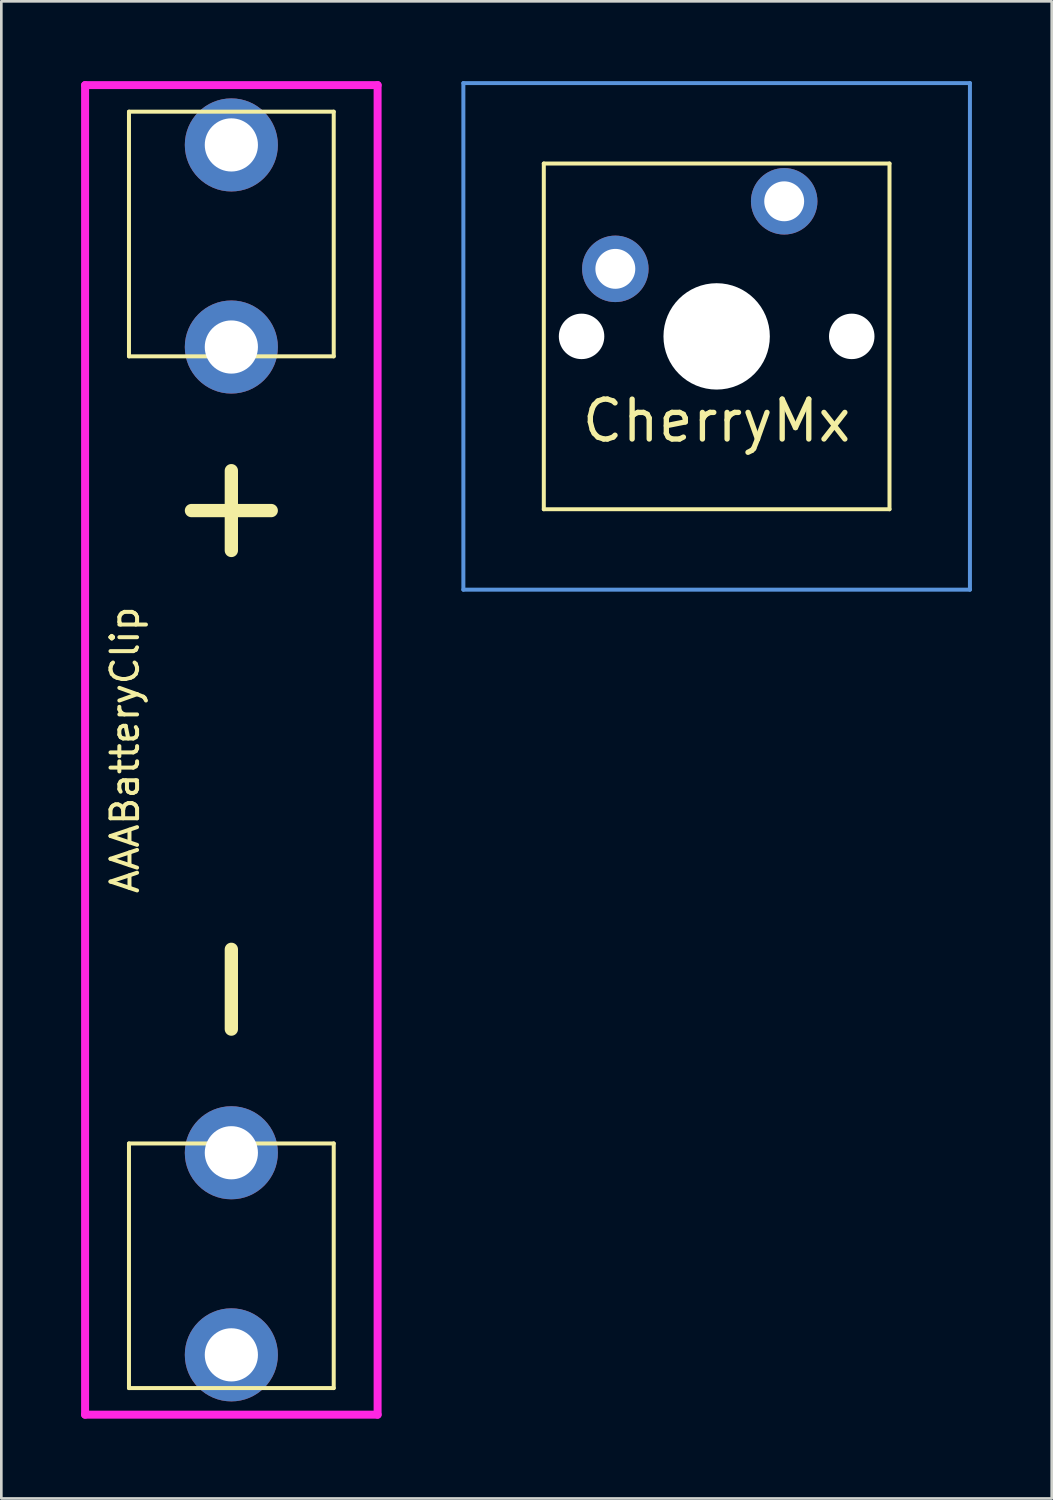
<source format=kicad_pcb>
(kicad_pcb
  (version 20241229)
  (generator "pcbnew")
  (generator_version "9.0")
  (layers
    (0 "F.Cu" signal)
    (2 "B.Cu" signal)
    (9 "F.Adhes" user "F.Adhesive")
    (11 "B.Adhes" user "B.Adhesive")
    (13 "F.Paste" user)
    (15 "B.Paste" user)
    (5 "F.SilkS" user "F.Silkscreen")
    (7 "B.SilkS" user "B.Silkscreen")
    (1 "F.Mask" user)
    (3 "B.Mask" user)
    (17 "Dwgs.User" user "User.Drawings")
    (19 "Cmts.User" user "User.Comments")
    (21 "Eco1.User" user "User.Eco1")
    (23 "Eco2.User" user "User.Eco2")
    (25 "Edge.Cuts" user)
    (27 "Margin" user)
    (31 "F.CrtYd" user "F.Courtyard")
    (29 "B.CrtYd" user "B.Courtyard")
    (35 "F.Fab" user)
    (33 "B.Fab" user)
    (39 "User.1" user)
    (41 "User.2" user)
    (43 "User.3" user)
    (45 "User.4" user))
  (footprint "CherryMx"
    (layer "F.Cu")
    (at 23.9 9.6)
    (property "Reference" "CherryMx" (at 0 3.175 0) (layer "F.SilkS") (effects (font (size 1.5 1.5) (thickness 0.2))))
    (attr through_hole)
    (fp_line (start -6.5 -6.5) (end 6.5 -6.5) (stroke (width 0.15) (type solid)) (layer "F.SilkS"))
    (fp_line (start -6.5 6.5) (end -6.5 -6.5) (stroke (width 0.15) (type solid)) (layer "F.SilkS"))
    (fp_line (start 6.5 -6.5) (end 6.5 6.5) (stroke (width 0.15) (type solid)) (layer "F.SilkS"))
    (fp_line (start 6.5 6.5) (end -6.5 6.5) (stroke (width 0.15) (type solid)) (layer "F.SilkS"))
    (fp_line (start -9.525 -9.525) (end 9.525 -9.525) (stroke (width 0.15) (type solid)) (layer "Cmts.User"))
    (fp_line (start -9.525 9.525) (end -9.525 -9.525) (stroke (width 0.15) (type solid)) (layer "Cmts.User"))
    (fp_line (start 9.525 -9.525) (end 9.525 9.525) (stroke (width 0.15) (type solid)) (layer "Cmts.User"))
    (fp_line (start 9.525 9.525) (end -9.525 9.525) (stroke (width 0.15) (type solid)) (layer "Cmts.User"))
    (pad "" np_thru_hole circle (at -5.08 0) (size 1.71 1.71) (drill 1.71) (layers "*.Cu" "*.Mask"))
    (pad "" np_thru_hole circle (at 0 0) (size 4 4) (drill 4) (layers "*.Cu" "*.Mask"))
    (pad "" np_thru_hole circle (at 5.08 0) (size 1.71 1.71) (drill 1.71) (layers "*.Cu" "*.Mask"))
    (pad "1" thru_hole circle (at -3.81 -2.54) (size 2.5 2.5) (drill 1.5) (layers "*.Cu" "*.Mask"))
    (pad "2" thru_hole circle (at 2.54 -5.08) (size 2.5 2.5) (drill 1.5) (layers "*.Cu" "*.Mask")))
  (footprint "AAABatteryClip"
    (layer "F.Cu")
    (at 5.65 25.15)
    (property "Reference" "AAABatteryClip" (at -4 0 90) (layer "F.SilkS") (effects (font (size 1 1) (thickness 0.15))))
    (attr through_hole)
    (fp_line (start -3.85 -24) (end -3.85 -14.8) (stroke (width 0.15) (type solid)) (layer "F.SilkS"))
    (fp_line (start -3.85 -14.8) (end 3.85 -14.8) (stroke (width 0.15) (type solid)) (layer "F.SilkS"))
    (fp_line (start -3.85 14.8) (end 3.85 14.8) (stroke (width 0.15) (type solid)) (layer "F.SilkS"))
    (fp_line (start -3.85 24) (end -3.85 14.8) (stroke (width 0.15) (type solid)) (layer "F.SilkS"))
    (fp_line (start -1.5 -9) (end 1.5 -9) (stroke (width 0.5) (type solid)) (layer "F.SilkS"))
    (fp_line (start 0 -10.5) (end 0 -7.5) (stroke (width 0.5) (type solid)) (layer "F.SilkS"))
    (fp_line (start 0 10.5) (end 0 7.5) (stroke (width 0.5) (type solid)) (layer "F.SilkS"))
    (fp_line (start 3.85 -24) (end -3.85 -24) (stroke (width 0.15) (type solid)) (layer "F.SilkS"))
    (fp_line (start 3.85 -14.8) (end 3.85 -24) (stroke (width 0.15) (type solid)) (layer "F.SilkS"))
    (fp_line (start 3.85 14.8) (end 3.85 24) (stroke (width 0.15) (type solid)) (layer "F.SilkS"))
    (fp_line (start 3.85 24) (end -3.85 24) (stroke (width 0.15) (type solid)) (layer "F.SilkS"))
    (fp_line (start -5.5 25) (end -5.5 -25) (stroke (width 0.3) (type solid)) (layer "F.CrtYd"))
    (fp_line (start -5.5 25) (end 5.5 25) (stroke (width 0.3) (type solid)) (layer "F.CrtYd"))
    (fp_line (start 5.5 -25) (end -5.5 -25) (stroke (width 0.3) (type solid)) (layer "F.CrtYd"))
    (fp_line (start 5.5 -25) (end 5.5 25) (stroke (width 0.3) (type solid)) (layer "F.CrtYd"))
    (pad "1" thru_hole circle (at 0 -22.75) (size 3.5 3.5) (drill 2) (layers "*.Cu" "*.Mask"))
    (pad "1" thru_hole circle (at 0 -15.15) (size 3.5 3.5) (drill 2) (layers "*.Cu" "*.Mask"))
    (pad "2" thru_hole circle (at 0 15.15) (size 3.5 3.5) (drill 2) (layers "*.Cu" "*.Mask"))
    (pad "2" thru_hole circle (at 0 22.75) (size 3.5 3.5) (drill 2) (layers "*.Cu" "*.Mask")))
  (gr_rect
    (start -3 -3)
    (end 36.5 53.3)
    (stroke (width 0.1) (type default))
    (fill no)
    (layer "Edge.Cuts")))
</source>
